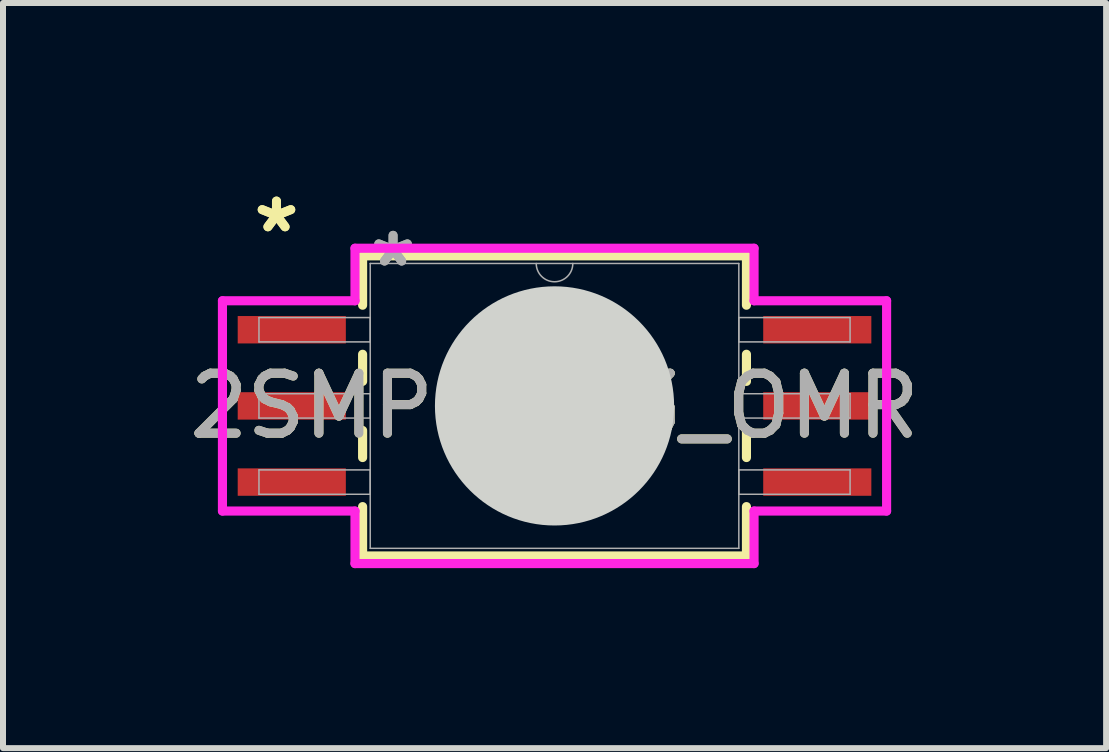
<source format=kicad_pcb>
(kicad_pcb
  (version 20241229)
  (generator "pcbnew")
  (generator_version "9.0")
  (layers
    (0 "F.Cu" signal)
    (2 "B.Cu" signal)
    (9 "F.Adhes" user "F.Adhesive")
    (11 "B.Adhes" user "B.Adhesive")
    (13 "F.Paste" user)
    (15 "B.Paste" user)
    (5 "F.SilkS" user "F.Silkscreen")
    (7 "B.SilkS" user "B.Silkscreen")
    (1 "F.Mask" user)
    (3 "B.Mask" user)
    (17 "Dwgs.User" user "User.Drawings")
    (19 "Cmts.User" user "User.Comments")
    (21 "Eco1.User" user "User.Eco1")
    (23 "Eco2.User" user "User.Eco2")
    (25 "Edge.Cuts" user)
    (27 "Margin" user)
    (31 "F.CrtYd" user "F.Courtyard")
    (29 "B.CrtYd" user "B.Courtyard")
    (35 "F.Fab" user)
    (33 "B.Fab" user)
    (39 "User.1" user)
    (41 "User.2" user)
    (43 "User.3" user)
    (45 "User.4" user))
  (footprint "2SMPP-03_OMR"
    (layer "F.Cu")
    (at 6.196 3.718)
    (property "Reference" "2SMPP-03_OMR" (at 0 0 0) (unlocked yes) (layer "F.SilkS") (effects (font (size 1 1) (thickness 0.15))))
    (attr smd)
    (fp_line (start -3.2 -2.502) (end -3.2 -1.679) (stroke (width 0.152) (type solid)) (layer "F.SilkS"))
    (fp_line (start -3.2 -0.861) (end -3.2 -0.409) (stroke (width 0.152) (type solid)) (layer "F.SilkS"))
    (fp_line (start -3.2 0.409) (end -3.2 0.861) (stroke (width 0.152) (type solid)) (layer "F.SilkS"))
    (fp_line (start -3.2 1.679) (end -3.2 2.502) (stroke (width 0.152) (type solid)) (layer "F.SilkS"))
    (fp_line (start -3.2 2.502) (end 3.2 2.502) (stroke (width 0.152) (type solid)) (layer "F.SilkS"))
    (fp_line (start 3.2 -2.502) (end -3.2 -2.502) (stroke (width 0.152) (type solid)) (layer "F.SilkS"))
    (fp_line (start 3.2 -1.679) (end 3.2 -2.502) (stroke (width 0.152) (type solid)) (layer "F.SilkS"))
    (fp_line (start 3.2 -0.409) (end 3.2 -0.861) (stroke (width 0.152) (type solid)) (layer "F.SilkS"))
    (fp_line (start 3.2 0.861) (end 3.2 0.409) (stroke (width 0.152) (type solid)) (layer "F.SilkS"))
    (fp_line (start 3.2 2.502) (end 3.2 1.679) (stroke (width 0.152) (type solid)) (layer "F.SilkS"))
    (fp_poly (pts (xy -1.894 -1.894) (xy -1.894 -0.765) (xy -0.765 -0.765) (xy -0.765 -1.894)) (stroke (width 0) (type solid)) (fill yes) (layer "F.Paste"))
    (fp_poly (pts (xy -1.894 -0.565) (xy -1.894 0.565) (xy -0.765 0.565) (xy -0.765 -0.565)) (stroke (width 0) (type solid)) (fill yes) (layer "F.Paste"))
    (fp_poly (pts (xy -1.894 0.765) (xy -1.894 1.894) (xy -0.765 1.894) (xy -0.765 0.765)) (stroke (width 0) (type solid)) (fill yes) (layer "F.Paste"))
    (fp_poly (pts (xy -0.565 -1.894) (xy -0.565 -0.765) (xy 0.565 -0.765) (xy 0.565 -1.894)) (stroke (width 0) (type solid)) (fill yes) (layer "F.Paste"))
    (fp_poly (pts (xy -0.565 -0.565) (xy -0.565 0.565) (xy 0.565 0.565) (xy 0.565 -0.565)) (stroke (width 0) (type solid)) (fill yes) (layer "F.Paste"))
    (fp_poly (pts (xy -0.565 0.765) (xy -0.565 1.894) (xy 0.565 1.894) (xy 0.565 0.765)) (stroke (width 0) (type solid)) (fill yes) (layer "F.Paste"))
    (fp_poly (pts (xy 0.765 -1.894) (xy 0.765 -0.765) (xy 1.894 -0.765) (xy 1.894 -1.894)) (stroke (width 0) (type solid)) (fill yes) (layer "F.Paste"))
    (fp_poly (pts (xy 0.765 -0.565) (xy 0.765 0.565) (xy 1.894 0.565) (xy 1.894 -0.565)) (stroke (width 0) (type solid)) (fill yes) (layer "F.Paste"))
    (fp_poly (pts (xy 0.765 0.765) (xy 0.765 1.894) (xy 1.894 1.894) (xy 1.894 0.765)) (stroke (width 0) (type solid)) (fill yes) (layer "F.Paste"))
    (fp_line (start 0 0) (end 0 0) (stroke (width 3.988) (type solid)) (layer "Edge.Cuts"))
    (fp_line (start -5.537 -1.753) (end -3.327 -1.753) (stroke (width 0.152) (type solid)) (layer "F.CrtYd"))
    (fp_line (start -5.537 1.753) (end -5.537 -1.753) (stroke (width 0.152) (type solid)) (layer "F.CrtYd"))
    (fp_line (start -5.537 1.753) (end -3.327 1.753) (stroke (width 0.152) (type solid)) (layer "F.CrtYd"))
    (fp_line (start -3.327 -2.629) (end 3.327 -2.629) (stroke (width 0.152) (type solid)) (layer "F.CrtYd"))
    (fp_line (start -3.327 -1.753) (end -3.327 -2.629) (stroke (width 0.152) (type solid)) (layer "F.CrtYd"))
    (fp_line (start -3.327 2.629) (end -3.327 1.753) (stroke (width 0.152) (type solid)) (layer "F.CrtYd"))
    (fp_line (start 3.327 -2.629) (end 3.327 -1.753) (stroke (width 0.152) (type solid)) (layer "F.CrtYd"))
    (fp_line (start 3.327 1.753) (end 3.327 2.629) (stroke (width 0.152) (type solid)) (layer "F.CrtYd"))
    (fp_line (start 3.327 2.629) (end -3.327 2.629) (stroke (width 0.152) (type solid)) (layer "F.CrtYd"))
    (fp_line (start 5.537 -1.753) (end 3.327 -1.753) (stroke (width 0.152) (type solid)) (layer "F.CrtYd"))
    (fp_line (start 5.537 -1.753) (end 5.537 1.753) (stroke (width 0.152) (type solid)) (layer "F.CrtYd"))
    (fp_line (start 5.537 1.753) (end 3.327 1.753) (stroke (width 0.152) (type solid)) (layer "F.CrtYd"))
    (fp_line (start -4.928 -1.473) (end -4.928 -1.067) (stroke (width 0.025) (type solid)) (layer "F.Fab"))
    (fp_line (start -4.928 -1.067) (end -3.073 -1.067) (stroke (width 0.025) (type solid)) (layer "F.Fab"))
    (fp_line (start -4.928 -0.203) (end -4.928 0.203) (stroke (width 0.025) (type solid)) (layer "F.Fab"))
    (fp_line (start -4.928 0.203) (end -3.073 0.203) (stroke (width 0.025) (type solid)) (layer "F.Fab"))
    (fp_line (start -4.928 1.067) (end -4.928 1.473) (stroke (width 0.025) (type solid)) (layer "F.Fab"))
    (fp_line (start -4.928 1.473) (end -3.073 1.473) (stroke (width 0.025) (type solid)) (layer "F.Fab"))
    (fp_line (start -3.073 -2.375) (end -3.073 2.375) (stroke (width 0.025) (type solid)) (layer "F.Fab"))
    (fp_line (start -3.073 -1.473) (end -4.928 -1.473) (stroke (width 0.025) (type solid)) (layer "F.Fab"))
    (fp_line (start -3.073 -1.067) (end -3.073 -1.473) (stroke (width 0.025) (type solid)) (layer "F.Fab"))
    (fp_line (start -3.073 -0.203) (end -4.928 -0.203) (stroke (width 0.025) (type solid)) (layer "F.Fab"))
    (fp_line (start -3.073 0.203) (end -3.073 -0.203) (stroke (width 0.025) (type solid)) (layer "F.Fab"))
    (fp_line (start -3.073 1.067) (end -4.928 1.067) (stroke (width 0.025) (type solid)) (layer "F.Fab"))
    (fp_line (start -3.073 1.473) (end -3.073 1.067) (stroke (width 0.025) (type solid)) (layer "F.Fab"))
    (fp_line (start -3.073 2.375) (end 3.073 2.375) (stroke (width 0.025) (type solid)) (layer "F.Fab"))
    (fp_line (start 3.073 -2.375) (end -3.073 -2.375) (stroke (width 0.025) (type solid)) (layer "F.Fab"))
    (fp_line (start 3.073 -1.473) (end 3.073 -1.067) (stroke (width 0.025) (type solid)) (layer "F.Fab"))
    (fp_line (start 3.073 -1.067) (end 4.928 -1.067) (stroke (width 0.025) (type solid)) (layer "F.Fab"))
    (fp_line (start 3.073 -0.203) (end 3.073 0.203) (stroke (width 0.025) (type solid)) (layer "F.Fab"))
    (fp_line (start 3.073 0.203) (end 4.928 0.203) (stroke (width 0.025) (type solid)) (layer "F.Fab"))
    (fp_line (start 3.073 1.067) (end 3.073 1.473) (stroke (width 0.025) (type solid)) (layer "F.Fab"))
    (fp_line (start 3.073 1.473) (end 4.928 1.473) (stroke (width 0.025) (type solid)) (layer "F.Fab"))
    (fp_line (start 3.073 2.375) (end 3.073 -2.375) (stroke (width 0.025) (type solid)) (layer "F.Fab"))
    (fp_line (start 4.928 -1.473) (end 3.073 -1.473) (stroke (width 0.025) (type solid)) (layer "F.Fab"))
    (fp_line (start 4.928 -1.067) (end 4.928 -1.473) (stroke (width 0.025) (type solid)) (layer "F.Fab"))
    (fp_line (start 4.928 -0.203) (end 3.073 -0.203) (stroke (width 0.025) (type solid)) (layer "F.Fab"))
    (fp_line (start 4.928 0.203) (end 4.928 -0.203) (stroke (width 0.025) (type solid)) (layer "F.Fab"))
    (fp_line (start 4.928 1.067) (end 3.073 1.067) (stroke (width 0.025) (type solid)) (layer "F.Fab"))
    (fp_line (start 4.928 1.473) (end 4.928 1.067) (stroke (width 0.025) (type solid)) (layer "F.Fab"))
    (fp_arc (start 0.3048 -2.3749) (mid 0 -2.0701) (end -0.3048 -2.3749) (stroke (width 0.0254) (type solid)) (layer "F.Fab"))
    (fp_text user "*" (at -4.636 -2.87 0) (unlocked yes) (layer "F.SilkS") (effects (font (size 1 1) (thickness 0.15))))
    (fp_text user "*" (at -4.636 -2.87 0) (layer "F.SilkS") (effects (font (size 1 1) (thickness 0.15))))
    (fp_text user "*" (at -2.692 -2.299 0) (layer "F.Fab") (effects (font (size 1 1) (thickness 0.15))))
    (fp_text user "*" (at -2.692 -2.299 0) (unlocked yes) (layer "F.Fab") (effects (font (size 1 1) (thickness 0.15))))
    (fp_text user "${REFERENCE}" (at 0 0 0) (unlocked yes) (layer "F.Fab") (effects (font (size 1 1) (thickness 0.15))))
    (pad "1" smd rect (at -4.381 -1.27) (size 1.803 0.457) (layers "F.Cu" "F.Mask" "F.Paste"))
    (pad "2" smd rect (at -4.381 0) (size 1.803 0.457) (layers "F.Cu" "F.Mask" "F.Paste"))
    (pad "3" smd rect (at -4.381 1.27) (size 1.803 0.457) (layers "F.Cu" "F.Mask" "F.Paste"))
    (pad "4" smd rect (at 4.381 1.27) (size 1.803 0.457) (layers "F.Cu" "F.Mask" "F.Paste"))
    (pad "5" smd rect (at 4.381 0) (size 1.803 0.457) (layers "F.Cu" "F.Mask" "F.Paste"))
    (pad "6" smd rect (at 4.381 -1.27) (size 1.803 0.457) (layers "F.Cu" "F.Mask" "F.Paste")))
  (gr_rect
    (start -3 -3)
    (end 15.393 9.424)
    (stroke (width 0.1) (type default))
    (fill no)
    (layer "Edge.Cuts")))
</source>
